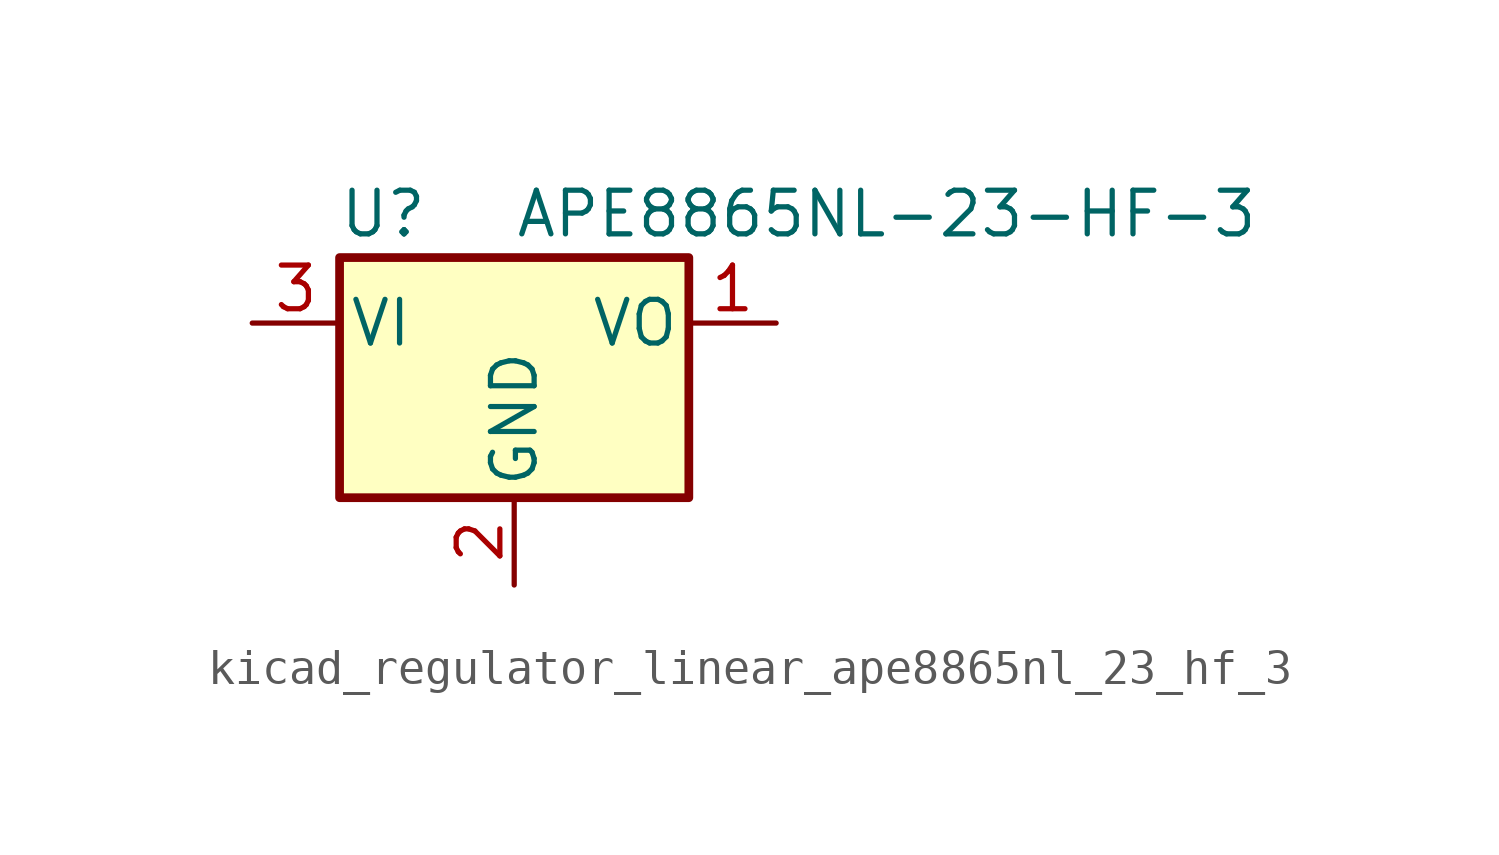
<source format=kicad_sym>
(kicad_symbol_lib
  (version 20220914)
  (generator kicad_symbol_editor)
  (symbol "kicad_regulator_linear_ape8865nl_23_hf_3"
    (pin_names
      (offset 0.254))
    (property "Reference" "U"
      (at -3.81 3.175 0)
      (effects (font (size 1.27 1.27))))
    (property "Value" "APE8865NL-23-HF-3"
      (at 0 3.175 0)
      (effects (font (size 1.27 1.27)) (justify left)))
    (symbol "kicad_regulator_linear_ape8865nl_23_hf_3_0_1"
      (rectangle (start -5.08 1.905) (end 5.08 -5.08) (stroke (width 0.254) (type default)) (fill (type background))))
    (symbol "kicad_regulator_linear_ape8865nl_23_hf_3_1_1"
      (pin power_out line (at 7.62 0 180) (length 2.54) (name "VO" (effects (font (size 1.27 1.27)))) (number "1" (effects (font (size 1.27 1.27)))))
      (pin power_in line (at 0 -7.62 90) (length 2.54) (name "GND" (effects (font (size 1.27 1.27)))) (number "2" (effects (font (size 1.27 1.27)))))
      (pin power_in line (at -7.62 0 0) (length 2.54) (name "VI" (effects (font (size 1.27 1.27)))) (number "3" (effects (font (size 1.27 1.27))))))))
</source>
